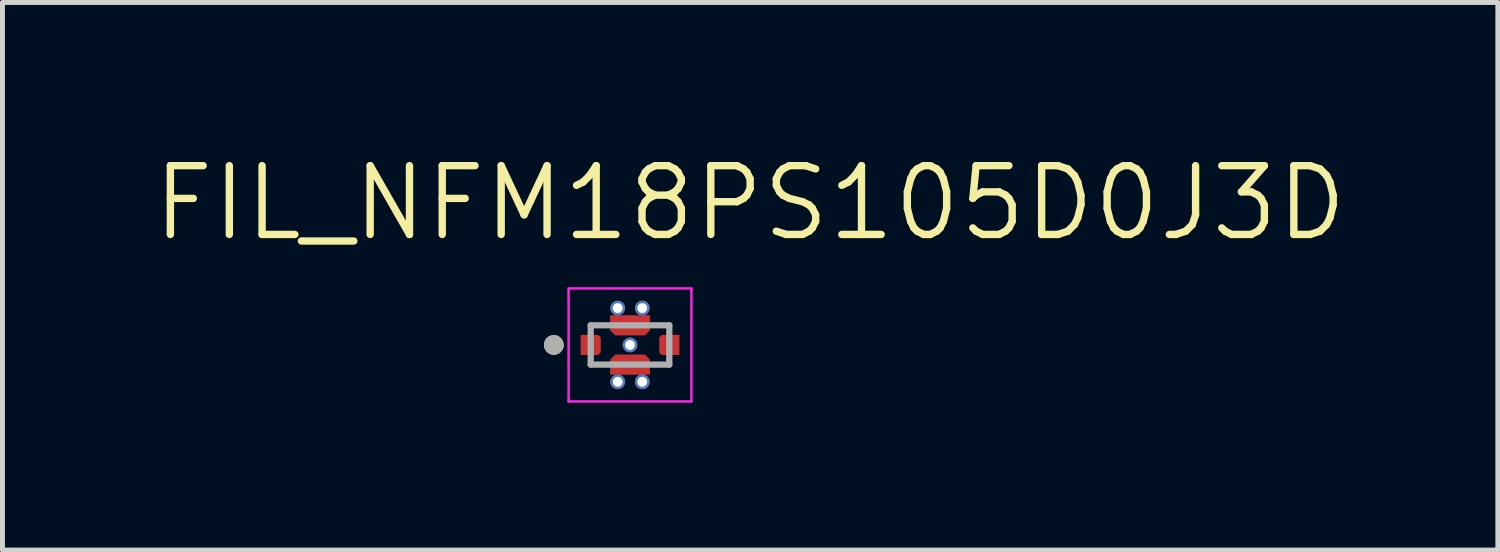
<source format=kicad_pcb>
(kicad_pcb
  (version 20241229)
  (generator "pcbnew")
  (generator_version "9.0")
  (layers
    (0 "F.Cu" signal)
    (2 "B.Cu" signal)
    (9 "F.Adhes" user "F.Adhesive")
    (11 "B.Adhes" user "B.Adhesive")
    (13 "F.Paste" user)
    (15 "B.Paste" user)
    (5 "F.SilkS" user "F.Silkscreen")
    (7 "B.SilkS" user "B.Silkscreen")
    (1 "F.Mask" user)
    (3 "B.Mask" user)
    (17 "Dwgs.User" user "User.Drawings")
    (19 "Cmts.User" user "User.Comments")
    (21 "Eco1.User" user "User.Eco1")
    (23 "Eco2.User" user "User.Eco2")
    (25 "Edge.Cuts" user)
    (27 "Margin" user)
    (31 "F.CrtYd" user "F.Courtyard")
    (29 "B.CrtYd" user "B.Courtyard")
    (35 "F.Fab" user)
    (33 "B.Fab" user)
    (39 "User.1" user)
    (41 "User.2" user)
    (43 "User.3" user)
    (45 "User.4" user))
  (footprint "FIL_NFM18PS105D0J3D"
    (layer "F.Cu")
    (at 9.773 3.971)
    (property "Reference" "FIL_NFM18PS105D0J3D" (at 2.445 -2.889 0) (layer "F.SilkS") (effects (font (size 1.4 1.4) (thickness 0.15))))
    (attr through_hole)
    (fp_poly (pts (xy -1 -0.2) (xy -1 0.2) (xy -0.65 0.2) (xy -0.6 0.15) (xy -0.6 -0.15) (xy -0.65 -0.2)) (stroke (width 0.01) (type solid)) (fill yes) (layer "F.Mask"))
    (fp_poly (pts (xy -0.4 0.6) (xy 0.4 0.6) (xy 0.4 0.3) (xy 0.3 0.2) (xy -0.3 0.2) (xy -0.4 0.3)) (stroke (width 0.01) (type solid)) (fill yes) (layer "F.Mask"))
    (fp_poly (pts (xy 0.4 -0.6) (xy -0.4 -0.6) (xy -0.4 -0.3) (xy -0.3 -0.2) (xy 0.3 -0.2) (xy 0.4 -0.3)) (stroke (width 0.01) (type solid)) (fill yes) (layer "F.Mask"))
    (fp_poly (pts (xy 1 0.2) (xy 1 -0.2) (xy 0.65 -0.2) (xy 0.6 -0.15) (xy 0.6 0.15) (xy 0.65 0.2)) (stroke (width 0.01) (type solid)) (fill yes) (layer "F.Mask"))
    (fp_circle (center -1.55 0) (end -1.45 0) (stroke (width 0.2) (type solid)) (fill no) (layer "F.SilkS"))
    (fp_poly (pts (xy -1 -0.2) (xy -1 0.2) (xy -0.65 0.2) (xy -0.6 0.15) (xy -0.6 -0.15) (xy -0.65 -0.2)) (stroke (width 0.01) (type solid)) (fill yes) (layer "F.Paste"))
    (fp_poly (pts (xy -0.4 0.6) (xy 0.4 0.6) (xy 0.4 0.3) (xy 0.3 0.2) (xy -0.3 0.2) (xy -0.4 0.3)) (stroke (width 0.01) (type solid)) (fill yes) (layer "F.Paste"))
    (fp_poly (pts (xy 0.4 -0.6) (xy -0.4 -0.6) (xy -0.4 -0.3) (xy -0.3 -0.2) (xy 0.3 -0.2) (xy 0.4 -0.3)) (stroke (width 0.01) (type solid)) (fill yes) (layer "F.Paste"))
    (fp_poly (pts (xy 1 0.2) (xy 1 -0.2) (xy 0.65 -0.2) (xy 0.6 -0.15) (xy 0.6 0.15) (xy 0.65 0.2)) (stroke (width 0.01) (type solid)) (fill yes) (layer "F.Paste"))
    (fp_line (start -1.25 -1.15) (end 1.25 -1.15) (stroke (width 0.05) (type solid)) (layer "F.CrtYd"))
    (fp_line (start -1.25 1.15) (end -1.25 -1.15) (stroke (width 0.05) (type solid)) (layer "F.CrtYd"))
    (fp_line (start 1.25 -1.15) (end 1.25 1.15) (stroke (width 0.05) (type solid)) (layer "F.CrtYd"))
    (fp_line (start 1.25 1.15) (end -1.25 1.15) (stroke (width 0.05) (type solid)) (layer "F.CrtYd"))
    (fp_line (start -0.8 -0.4) (end -0.8 0.4) (stroke (width 0.127) (type solid)) (layer "F.Fab"))
    (fp_line (start -0.8 0.4) (end 0.8 0.4) (stroke (width 0.127) (type solid)) (layer "F.Fab"))
    (fp_line (start 0.8 -0.4) (end -0.8 -0.4) (stroke (width 0.127) (type solid)) (layer "F.Fab"))
    (fp_line (start 0.8 0.4) (end 0.8 -0.4) (stroke (width 0.127) (type solid)) (layer "F.Fab"))
    (fp_circle (center -1.55 0) (end -1.45 0) (stroke (width 0.2) (type solid)) (fill no) (layer "F.Fab"))
    (pad "1" smd custom (at -0.825 0) (size 0.35 0.4) (layers "F.Cu") (options (anchor rect)) (primitives (gr_poly (pts (xy -0.175 -0.2) (xy -0.175 0.2) (xy 0.175 0.2) (xy 0.225 0.15) (xy 0.225 -0.15) (xy 0.175 -0.2)) (width 0.01) (fill yes))))
    (pad "2" smd custom (at 0 -0.4) (size 0.4 0.4) (layers "F.Cu") (options (anchor rect)) (primitives (gr_poly (pts (xy 0.4 -0.2) (xy -0.4 -0.2) (xy -0.4 0.1) (xy -0.3 0.2) (xy 0.3 0.2) (xy 0.4 0.1)) (width 0.01) (fill yes))))
    (pad "2_1" smd custom (at 0 0.4) (size 0.4 0.4) (layers "F.Cu") (options (anchor rect)) (primitives (gr_poly (pts (xy -0.4 0.2) (xy 0.4 0.2) (xy 0.4 -0.1) (xy 0.3 -0.2) (xy -0.3 -0.2) (xy -0.4 -0.1)) (width 0.01) (fill yes))))
    (pad "2_2" thru_hole circle (at 0 0) (size 0.3 0.3) (drill 0.2) (layers "*.Cu"))
    (pad "2_3" thru_hole circle (at -0.25 -0.75) (size 0.3 0.3) (drill 0.2) (layers "*.Cu"))
    (pad "2_4" thru_hole circle (at 0.25 -0.75) (size 0.3 0.3) (drill 0.2) (layers "*.Cu"))
    (pad "2_5" thru_hole circle (at 0.25 0.75) (size 0.3 0.3) (drill 0.2) (layers "*.Cu"))
    (pad "2_6" thru_hole circle (at -0.25 0.75) (size 0.3 0.3) (drill 0.2) (layers "*.Cu"))
    (pad "3" smd custom (at 0.825 0) (size 0.35 0.4) (layers "F.Cu") (options (anchor rect)) (primitives (gr_poly (pts (xy 0.175 0.2) (xy 0.175 -0.2) (xy -0.175 -0.2) (xy -0.225 -0.15) (xy -0.225 0.15) (xy -0.175 0.2)) (width 0.01) (fill yes)))))
  (gr_rect
    (start -3 -3)
    (end 27.437 8.146)
    (stroke (width 0.1) (type default))
    (fill no)
    (layer "Edge.Cuts")))
</source>
